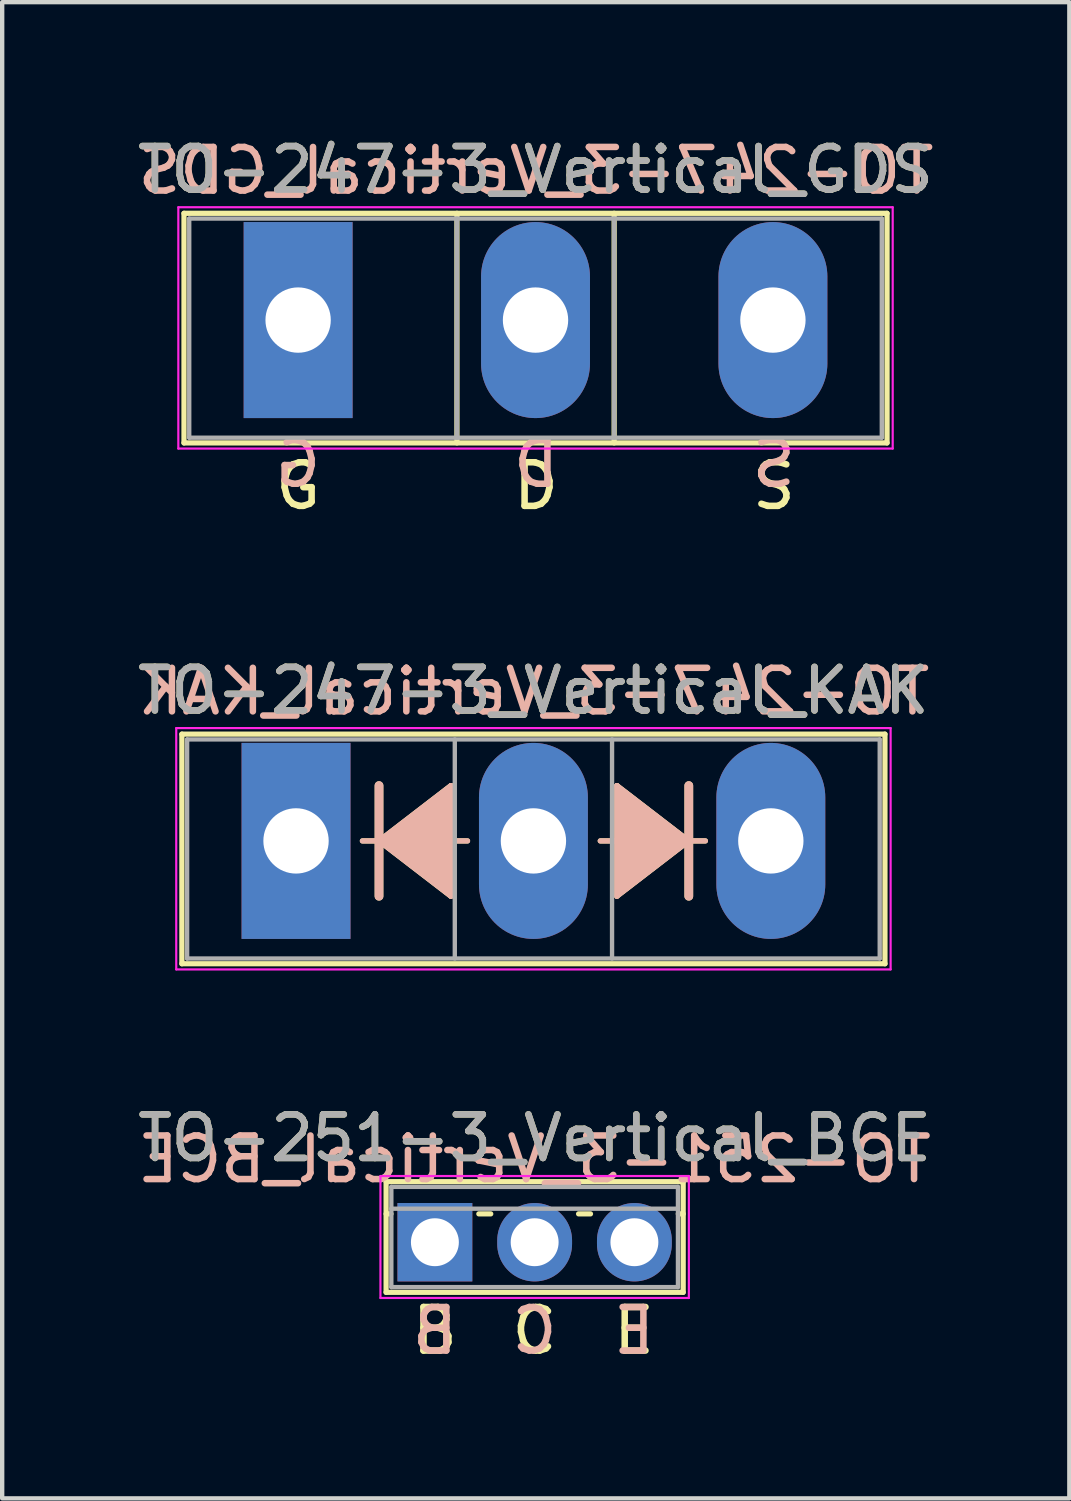
<source format=kicad_pcb>
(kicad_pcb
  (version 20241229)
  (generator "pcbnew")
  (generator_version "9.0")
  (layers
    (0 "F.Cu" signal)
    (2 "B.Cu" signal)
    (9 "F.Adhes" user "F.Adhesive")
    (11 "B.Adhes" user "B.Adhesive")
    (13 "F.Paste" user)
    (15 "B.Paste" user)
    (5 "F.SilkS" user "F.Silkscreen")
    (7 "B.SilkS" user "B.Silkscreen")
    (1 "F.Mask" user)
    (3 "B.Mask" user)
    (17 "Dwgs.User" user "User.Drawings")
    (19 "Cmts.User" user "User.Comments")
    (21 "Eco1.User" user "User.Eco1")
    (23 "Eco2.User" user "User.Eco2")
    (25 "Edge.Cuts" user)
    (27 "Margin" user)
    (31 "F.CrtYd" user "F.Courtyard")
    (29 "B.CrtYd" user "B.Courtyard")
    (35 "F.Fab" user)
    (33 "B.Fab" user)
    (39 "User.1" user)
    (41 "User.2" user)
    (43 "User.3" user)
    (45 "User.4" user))
  (footprint "TO-251-3_Vertical_BCE"
    (layer "F.Cu")
    (at 6.934 25.468)
    (property "Reference" "TO-251-3_Vertical_BCE" (at 2.29 -2.39 0) (layer "F.SilkS") (effects (font (size 1 1) (thickness 0.15))))
    (fp_line (start -1.12 -1.39) (end -1.12 1.15) (stroke (width 0.12) (type solid)) (layer "F.SilkS"))
    (fp_line (start -1.12 -1.39) (end 5.7 -1.39) (stroke (width 0.12) (type solid)) (layer "F.SilkS"))
    (fp_line (start -1.12 -0.651) (end -1.009 -0.651) (stroke (width 0.12) (type solid)) (layer "F.SilkS"))
    (fp_line (start -1.12 1.15) (end 5.7 1.15) (stroke (width 0.12) (type solid)) (layer "F.SilkS"))
    (fp_line (start 1.009 -0.651) (end 1.282 -0.651) (stroke (width 0.12) (type solid)) (layer "F.SilkS"))
    (fp_line (start 3.299 -0.651) (end 3.572 -0.651) (stroke (width 0.12) (type solid)) (layer "F.SilkS"))
    (fp_line (start 5.589 -0.651) (end 5.7 -0.651) (stroke (width 0.12) (type solid)) (layer "F.SilkS"))
    (fp_line (start 5.7 -1.39) (end 5.7 1.15) (stroke (width 0.12) (type solid)) (layer "F.SilkS"))
    (fp_line (start -1.25 -1.52) (end -1.25 1.28) (stroke (width 0.05) (type solid)) (layer "F.CrtYd"))
    (fp_line (start -1.25 1.28) (end 5.83 1.28) (stroke (width 0.05) (type solid)) (layer "F.CrtYd"))
    (fp_line (start 5.83 -1.52) (end -1.25 -1.52) (stroke (width 0.05) (type solid)) (layer "F.CrtYd"))
    (fp_line (start 5.83 1.28) (end 5.83 -1.52) (stroke (width 0.05) (type solid)) (layer "F.CrtYd"))
    (fp_line (start -1 -1.27) (end -1 1.03) (stroke (width 0.1) (type solid)) (layer "F.Fab"))
    (fp_line (start -1 -0.77) (end 5.58 -0.77) (stroke (width 0.1) (type solid)) (layer "F.Fab"))
    (fp_line (start -1 1.03) (end 5.58 1.03) (stroke (width 0.1) (type solid)) (layer "F.Fab"))
    (fp_line (start 5.58 -1.27) (end -1 -1.27) (stroke (width 0.1) (type solid)) (layer "F.Fab"))
    (fp_line (start 5.58 1.03) (end 5.58 -1.27) (stroke (width 0.1) (type solid)) (layer "F.Fab"))
    (fp_text user "B" (at 0 2.032 0) (unlocked yes) (layer "F.SilkS") (effects (font (size 1 1) (thickness 0.15))))
    (fp_text user "E" (at 4.572 2.032 0) (unlocked yes) (layer "F.SilkS") (effects (font (size 1 1) (thickness 0.15))))
    (fp_text user "C" (at 2.286 2.032 0) (unlocked yes) (layer "F.SilkS") (effects (font (size 1 1) (thickness 0.15))))
    (fp_text user "B" (at 0 2.032 0) (unlocked yes) (layer "B.SilkS") (effects (font (size 1 1) (thickness 0.15)) (justify mirror)))
    (fp_text user "E" (at 4.572 2.032 0) (unlocked yes) (layer "B.SilkS") (effects (font (size 1 1) (thickness 0.15)) (justify mirror)))
    (fp_text user "C" (at 2.286 2.032 0) (unlocked yes) (layer "B.SilkS") (effects (font (size 1 1) (thickness 0.15)) (justify mirror)))
    (fp_text user "${REFERENCE}" (at 2.286 -1.905 0) (layer "B.SilkS") (effects (font (size 1 1) (thickness 0.15)) (justify mirror)))
    (fp_text user "${REFERENCE}" (at 2.29 -2.39 0) (layer "F.Fab") (effects (font (size 1 1) (thickness 0.15))))
    (pad "1" thru_hole rect (at 0 0) (size 1.718 1.8) (drill 1.1) (layers "*.Cu" "*.Mask"))
    (pad "2" thru_hole oval (at 2.29 0) (size 1.718 1.8) (drill 1.1) (layers "*.Cu" "*.Mask"))
    (pad "3" thru_hole oval (at 4.58 0) (size 1.718 1.8) (drill 1.1) (layers "*.Cu" "*.Mask")))
  (footprint "TO-247-3_Vertical_GDS"
    (layer "F.Cu")
    (at 3.794 4.298)
    (property "Reference" "TO-247-3_Vertical_GDS" (at 5.45 -3.45 0) (layer "F.SilkS") (effects (font (size 1 1) (thickness 0.15))))
    (fp_line (start -2.62 -2.451) (end -2.62 2.82) (stroke (width 0.12) (type solid)) (layer "F.SilkS"))
    (fp_line (start -2.62 -2.451) (end 13.52 -2.451) (stroke (width 0.12) (type solid)) (layer "F.SilkS"))
    (fp_line (start -2.62 2.82) (end 13.52 2.82) (stroke (width 0.12) (type solid)) (layer "F.SilkS"))
    (fp_line (start 3.646 -2.451) (end 3.646 2.82) (stroke (width 0.12) (type solid)) (layer "F.SilkS"))
    (fp_line (start 7.255 -2.451) (end 7.255 2.82) (stroke (width 0.12) (type solid)) (layer "F.SilkS"))
    (fp_line (start 13.52 -2.451) (end 13.52 2.82) (stroke (width 0.12) (type solid)) (layer "F.SilkS"))
    (fp_line (start -2.75 -2.59) (end -2.75 2.95) (stroke (width 0.05) (type solid)) (layer "F.CrtYd"))
    (fp_line (start -2.75 2.95) (end 13.65 2.95) (stroke (width 0.05) (type solid)) (layer "F.CrtYd"))
    (fp_line (start 13.65 -2.59) (end -2.75 -2.59) (stroke (width 0.05) (type solid)) (layer "F.CrtYd"))
    (fp_line (start 13.65 2.95) (end 13.65 -2.59) (stroke (width 0.05) (type solid)) (layer "F.CrtYd"))
    (fp_line (start -2.5 -2.33) (end -2.5 2.7) (stroke (width 0.1) (type solid)) (layer "F.Fab"))
    (fp_line (start -2.5 2.7) (end 13.4 2.7) (stroke (width 0.1) (type solid)) (layer "F.Fab"))
    (fp_line (start 3.645 -2.33) (end 3.645 2.7) (stroke (width 0.1) (type solid)) (layer "F.Fab"))
    (fp_line (start 7.255 -2.33) (end 7.255 2.7) (stroke (width 0.1) (type solid)) (layer "F.Fab"))
    (fp_line (start 13.4 -2.33) (end -2.5 -2.33) (stroke (width 0.1) (type solid)) (layer "F.Fab"))
    (fp_line (start 13.4 2.7) (end 13.4 -2.33) (stroke (width 0.1) (type solid)) (layer "F.Fab"))
    (fp_text user "D" (at 5.461 3.81 0) (unlocked yes) (layer "F.SilkS") (effects (font (size 1 1) (thickness 0.15))))
    (fp_text user "S" (at 10.922 3.81 0) (unlocked yes) (layer "F.SilkS") (effects (font (size 1 1) (thickness 0.15))))
    (fp_text user "G" (at 0 3.81 0) (unlocked yes) (layer "F.SilkS") (effects (font (size 1 1) (thickness 0.15))))
    (fp_text user "${REFERENCE}" (at 5.461 -3.429 0) (layer "B.SilkS") (effects (font (size 1 1) (thickness 0.15)) (justify mirror)))
    (fp_text user "S" (at 10.922 3.302 0) (unlocked yes) (layer "B.SilkS") (effects (font (size 1 1) (thickness 0.15)) (justify mirror)))
    (fp_text user "G" (at 0 3.302 0) (unlocked yes) (layer "B.SilkS") (effects (font (size 1 1) (thickness 0.15)) (justify mirror)))
    (fp_text user "D" (at 5.461 3.302 0) (unlocked yes) (layer "B.SilkS") (effects (font (size 1 1) (thickness 0.15)) (justify mirror)))
    (fp_text user "${REFERENCE}" (at 5.45 -3.45 0) (layer "F.Fab") (effects (font (size 1 1) (thickness 0.15))))
    (pad "1" thru_hole rect (at 0 0) (size 2.5 4.5) (drill 1.5) (layers "*.Cu" "*.Mask"))
    (pad "2" thru_hole oval (at 5.45 0) (size 2.5 4.5) (drill 1.5) (layers "*.Cu" "*.Mask"))
    (pad "3" thru_hole oval (at 10.9 0) (size 2.5 4.5) (drill 1.5) (layers "*.Cu" "*.Mask")))
  (footprint "TO-247-3_Vertical_KAK"
    (layer "F.Cu")
    (at 3.746 16.255)
    (property "Reference" "TO-247-3_Vertical_KAK" (at 5.45 -3.45 0) (layer "F.SilkS") (effects (font (size 1 1) (thickness 0.15))))
    (fp_line (start -2.62 -2.451) (end -2.62 2.82) (stroke (width 0.12) (type solid)) (layer "F.SilkS"))
    (fp_line (start -2.62 -2.451) (end 13.52 -2.451) (stroke (width 0.12) (type solid)) (layer "F.SilkS"))
    (fp_line (start -2.62 2.82) (end 13.52 2.82) (stroke (width 0.12) (type solid)) (layer "F.SilkS"))
    (fp_line (start 1.524 0) (end 1.905 0) (stroke (width 0.12) (type solid)) (layer "F.SilkS"))
    (fp_line (start 1.905 -1.27) (end 1.905 0) (stroke (width 0.2) (type solid)) (layer "F.SilkS"))
    (fp_line (start 1.905 0) (end 1.905 1.27) (stroke (width 0.2) (type solid)) (layer "F.SilkS"))
    (fp_line (start 1.905 0) (end 3.556 1.27) (stroke (width 0.12) (type solid)) (layer "F.SilkS"))
    (fp_line (start 3.556 -1.27) (end 1.905 0) (stroke (width 0.12) (type solid)) (layer "F.SilkS"))
    (fp_line (start 3.556 1.27) (end 3.556 -1.27) (stroke (width 0.12) (type solid)) (layer "F.SilkS"))
    (fp_line (start 3.937 0) (end 3.556 0) (stroke (width 0.12) (type solid)) (layer "F.SilkS"))
    (fp_line (start 6.985 0) (end 7.366 0) (stroke (width 0.12) (type solid)) (layer "F.SilkS"))
    (fp_line (start 7.366 -1.27) (end 7.366 1.27) (stroke (width 0.12) (type solid)) (layer "F.SilkS"))
    (fp_line (start 7.366 1.27) (end 9.017 0) (stroke (width 0.12) (type solid)) (layer "F.SilkS"))
    (fp_line (start 9.017 0) (end 7.366 -1.27) (stroke (width 0.12) (type solid)) (layer "F.SilkS"))
    (fp_line (start 9.017 0) (end 9.017 -1.27) (stroke (width 0.2) (type solid)) (layer "F.SilkS"))
    (fp_line (start 9.017 1.27) (end 9.017 0) (stroke (width 0.2) (type solid)) (layer "F.SilkS"))
    (fp_line (start 9.398 0) (end 9.017 0) (stroke (width 0.12) (type solid)) (layer "F.SilkS"))
    (fp_line (start 13.52 -2.451) (end 13.52 2.82) (stroke (width 0.12) (type solid)) (layer "F.SilkS"))
    (fp_poly (pts (xy 3.556 1.27) (xy 1.905 0) (xy 3.556 -1.27)) (stroke (width 0.1) (type solid)) (fill yes) (layer "F.SilkS"))
    (fp_poly (pts (xy 9.017 0) (xy 7.366 1.27) (xy 7.366 -1.27)) (stroke (width 0.1) (type solid)) (fill yes) (layer "F.SilkS"))
    (fp_line (start 1.524 0) (end 1.905 0) (stroke (width 0.12) (type solid)) (layer "B.SilkS"))
    (fp_line (start 1.905 0) (end 1.905 -1.27) (stroke (width 0.2) (type solid)) (layer "B.SilkS"))
    (fp_line (start 1.905 0) (end 3.556 -1.27) (stroke (width 0.12) (type solid)) (layer "B.SilkS"))
    (fp_line (start 1.905 1.27) (end 1.905 0) (stroke (width 0.2) (type solid)) (layer "B.SilkS"))
    (fp_line (start 3.556 -1.27) (end 3.556 1.27) (stroke (width 0.12) (type solid)) (layer "B.SilkS"))
    (fp_line (start 3.556 1.27) (end 1.905 0) (stroke (width 0.12) (type solid)) (layer "B.SilkS"))
    (fp_line (start 3.937 0) (end 3.556 0) (stroke (width 0.12) (type solid)) (layer "B.SilkS"))
    (fp_line (start 6.985 0) (end 7.366 0) (stroke (width 0.12) (type solid)) (layer "B.SilkS"))
    (fp_line (start 7.366 -1.27) (end 9.017 0) (stroke (width 0.12) (type solid)) (layer "B.SilkS"))
    (fp_line (start 7.366 1.27) (end 7.366 -1.27) (stroke (width 0.12) (type solid)) (layer "B.SilkS"))
    (fp_line (start 9.017 -1.27) (end 9.017 0) (stroke (width 0.2) (type solid)) (layer "B.SilkS"))
    (fp_line (start 9.017 0) (end 7.366 1.27) (stroke (width 0.12) (type solid)) (layer "B.SilkS"))
    (fp_line (start 9.017 0) (end 9.017 1.27) (stroke (width 0.2) (type solid)) (layer "B.SilkS"))
    (fp_line (start 9.398 0) (end 9.017 0) (stroke (width 0.12) (type solid)) (layer "B.SilkS"))
    (fp_poly (pts (xy 1.905 0) (xy 3.556 1.27) (xy 3.556 -1.27)) (stroke (width 0.1) (type solid)) (fill yes) (layer "B.SilkS"))
    (fp_poly (pts (xy 7.366 1.27) (xy 9.017 0) (xy 7.366 -1.27)) (stroke (width 0.1) (type solid)) (fill yes) (layer "B.SilkS"))
    (fp_line (start -2.75 -2.59) (end -2.75 2.95) (stroke (width 0.05) (type solid)) (layer "F.CrtYd"))
    (fp_line (start -2.75 2.95) (end 13.65 2.95) (stroke (width 0.05) (type solid)) (layer "F.CrtYd"))
    (fp_line (start 13.65 -2.59) (end -2.75 -2.59) (stroke (width 0.05) (type solid)) (layer "F.CrtYd"))
    (fp_line (start 13.65 2.95) (end 13.65 -2.59) (stroke (width 0.05) (type solid)) (layer "F.CrtYd"))
    (fp_line (start -2.5 -2.33) (end -2.5 2.7) (stroke (width 0.1) (type solid)) (layer "F.Fab"))
    (fp_line (start -2.5 2.7) (end 13.4 2.7) (stroke (width 0.1) (type solid)) (layer "F.Fab"))
    (fp_line (start 3.645 -2.33) (end 3.645 2.7) (stroke (width 0.1) (type solid)) (layer "F.Fab"))
    (fp_line (start 7.255 -2.33) (end 7.255 2.7) (stroke (width 0.1) (type solid)) (layer "F.Fab"))
    (fp_line (start 13.4 -2.33) (end -2.5 -2.33) (stroke (width 0.1) (type solid)) (layer "F.Fab"))
    (fp_line (start 13.4 2.7) (end 13.4 -2.33) (stroke (width 0.1) (type solid)) (layer "F.Fab"))
    (fp_text user "${REFERENCE}" (at 5.461 -3.429 0) (layer "B.SilkS") (effects (font (size 1 1) (thickness 0.15)) (justify mirror)))
    (fp_text user "${REFERENCE}" (at 5.45 -3.45 0) (layer "F.Fab") (effects (font (size 1 1) (thickness 0.15))))
    (pad "1" thru_hole rect (at 0 0) (size 2.5 4.5) (drill 1.5) (layers "*.Cu" "*.Mask"))
    (pad "2" thru_hole oval (at 5.45 0) (size 2.5 4.5) (drill 1.5) (layers "*.Cu" "*.Mask"))
    (pad "3" thru_hole oval (at 10.9 0) (size 2.5 4.5) (drill 1.5) (layers "*.Cu" "*.Mask")))
  (gr_rect
    (start -3 -3)
    (end 21.499 31.348)
    (stroke (width 0.1) (type default))
    (fill no)
    (layer "Edge.Cuts")))
</source>
